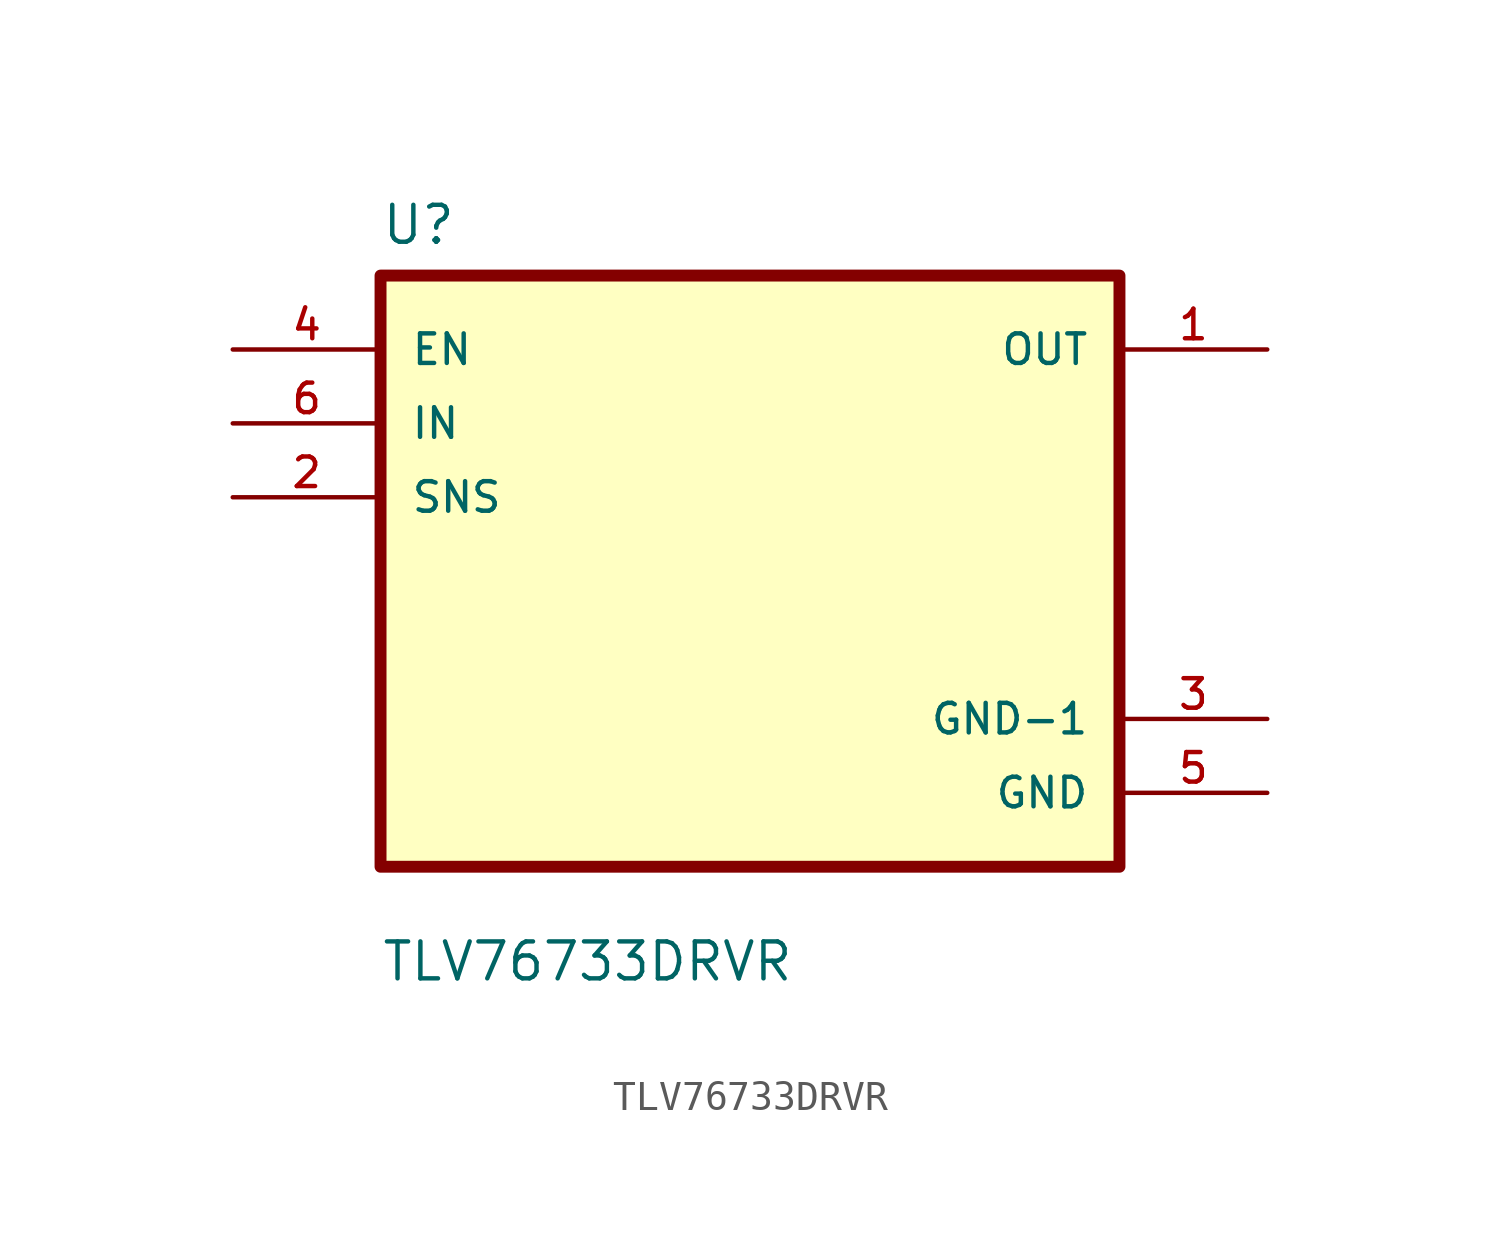
<source format=kicad_sym>
(kicad_symbol_lib
  (version 20211014)
  (generator kicad_symbol_editor)
  (symbol "TLV76733DRVR"
    (pin_names
      (offset 1.016))
    (property "Reference" "U"
      (at -12.7 11.16 0.0)
      (effects (font (size 1.27 1.27)) (justify bottom left)))
    (property "Value" "TLV76733DRVR"
      (at -12.7 -14.16 0.0)
      (effects (font (size 1.27 1.27)) (justify bottom left)))
    (symbol "TLV76733DRVR_0_0"
      (rectangle (start -12.7 -10.16) (end 12.7 10.16) (stroke (width 0.41)) (fill (type background)))
      (pin input line (at -17.78 7.62 0) (length 5.08) (name "EN" (effects (font (size 1.016 1.016)))) (number "4" (effects (font (size 1.016 1.016)))))
      (pin input line (at -17.78 5.08 0) (length 5.08) (name "IN" (effects (font (size 1.016 1.016)))) (number "6" (effects (font (size 1.016 1.016)))))
      (pin input line (at -17.78 2.54 0) (length 5.08) (name "SNS" (effects (font (size 1.016 1.016)))) (number "2" (effects (font (size 1.016 1.016)))))
      (pin output line (at 17.78 7.62 180.0) (length 5.08) (name "OUT" (effects (font (size 1.016 1.016)))) (number "1" (effects (font (size 1.016 1.016)))))
      (pin power_in line (at 17.78 -5.08 180.0) (length 5.08) (name "GND-1" (effects (font (size 1.016 1.016)))) (number "3" (effects (font (size 1.016 1.016)))))
      (pin power_in line (at 17.78 -7.62 180.0) (length 5.08) (name "GND" (effects (font (size 1.016 1.016)))) (number "5" (effects (font (size 1.016 1.016))))))))
</source>
